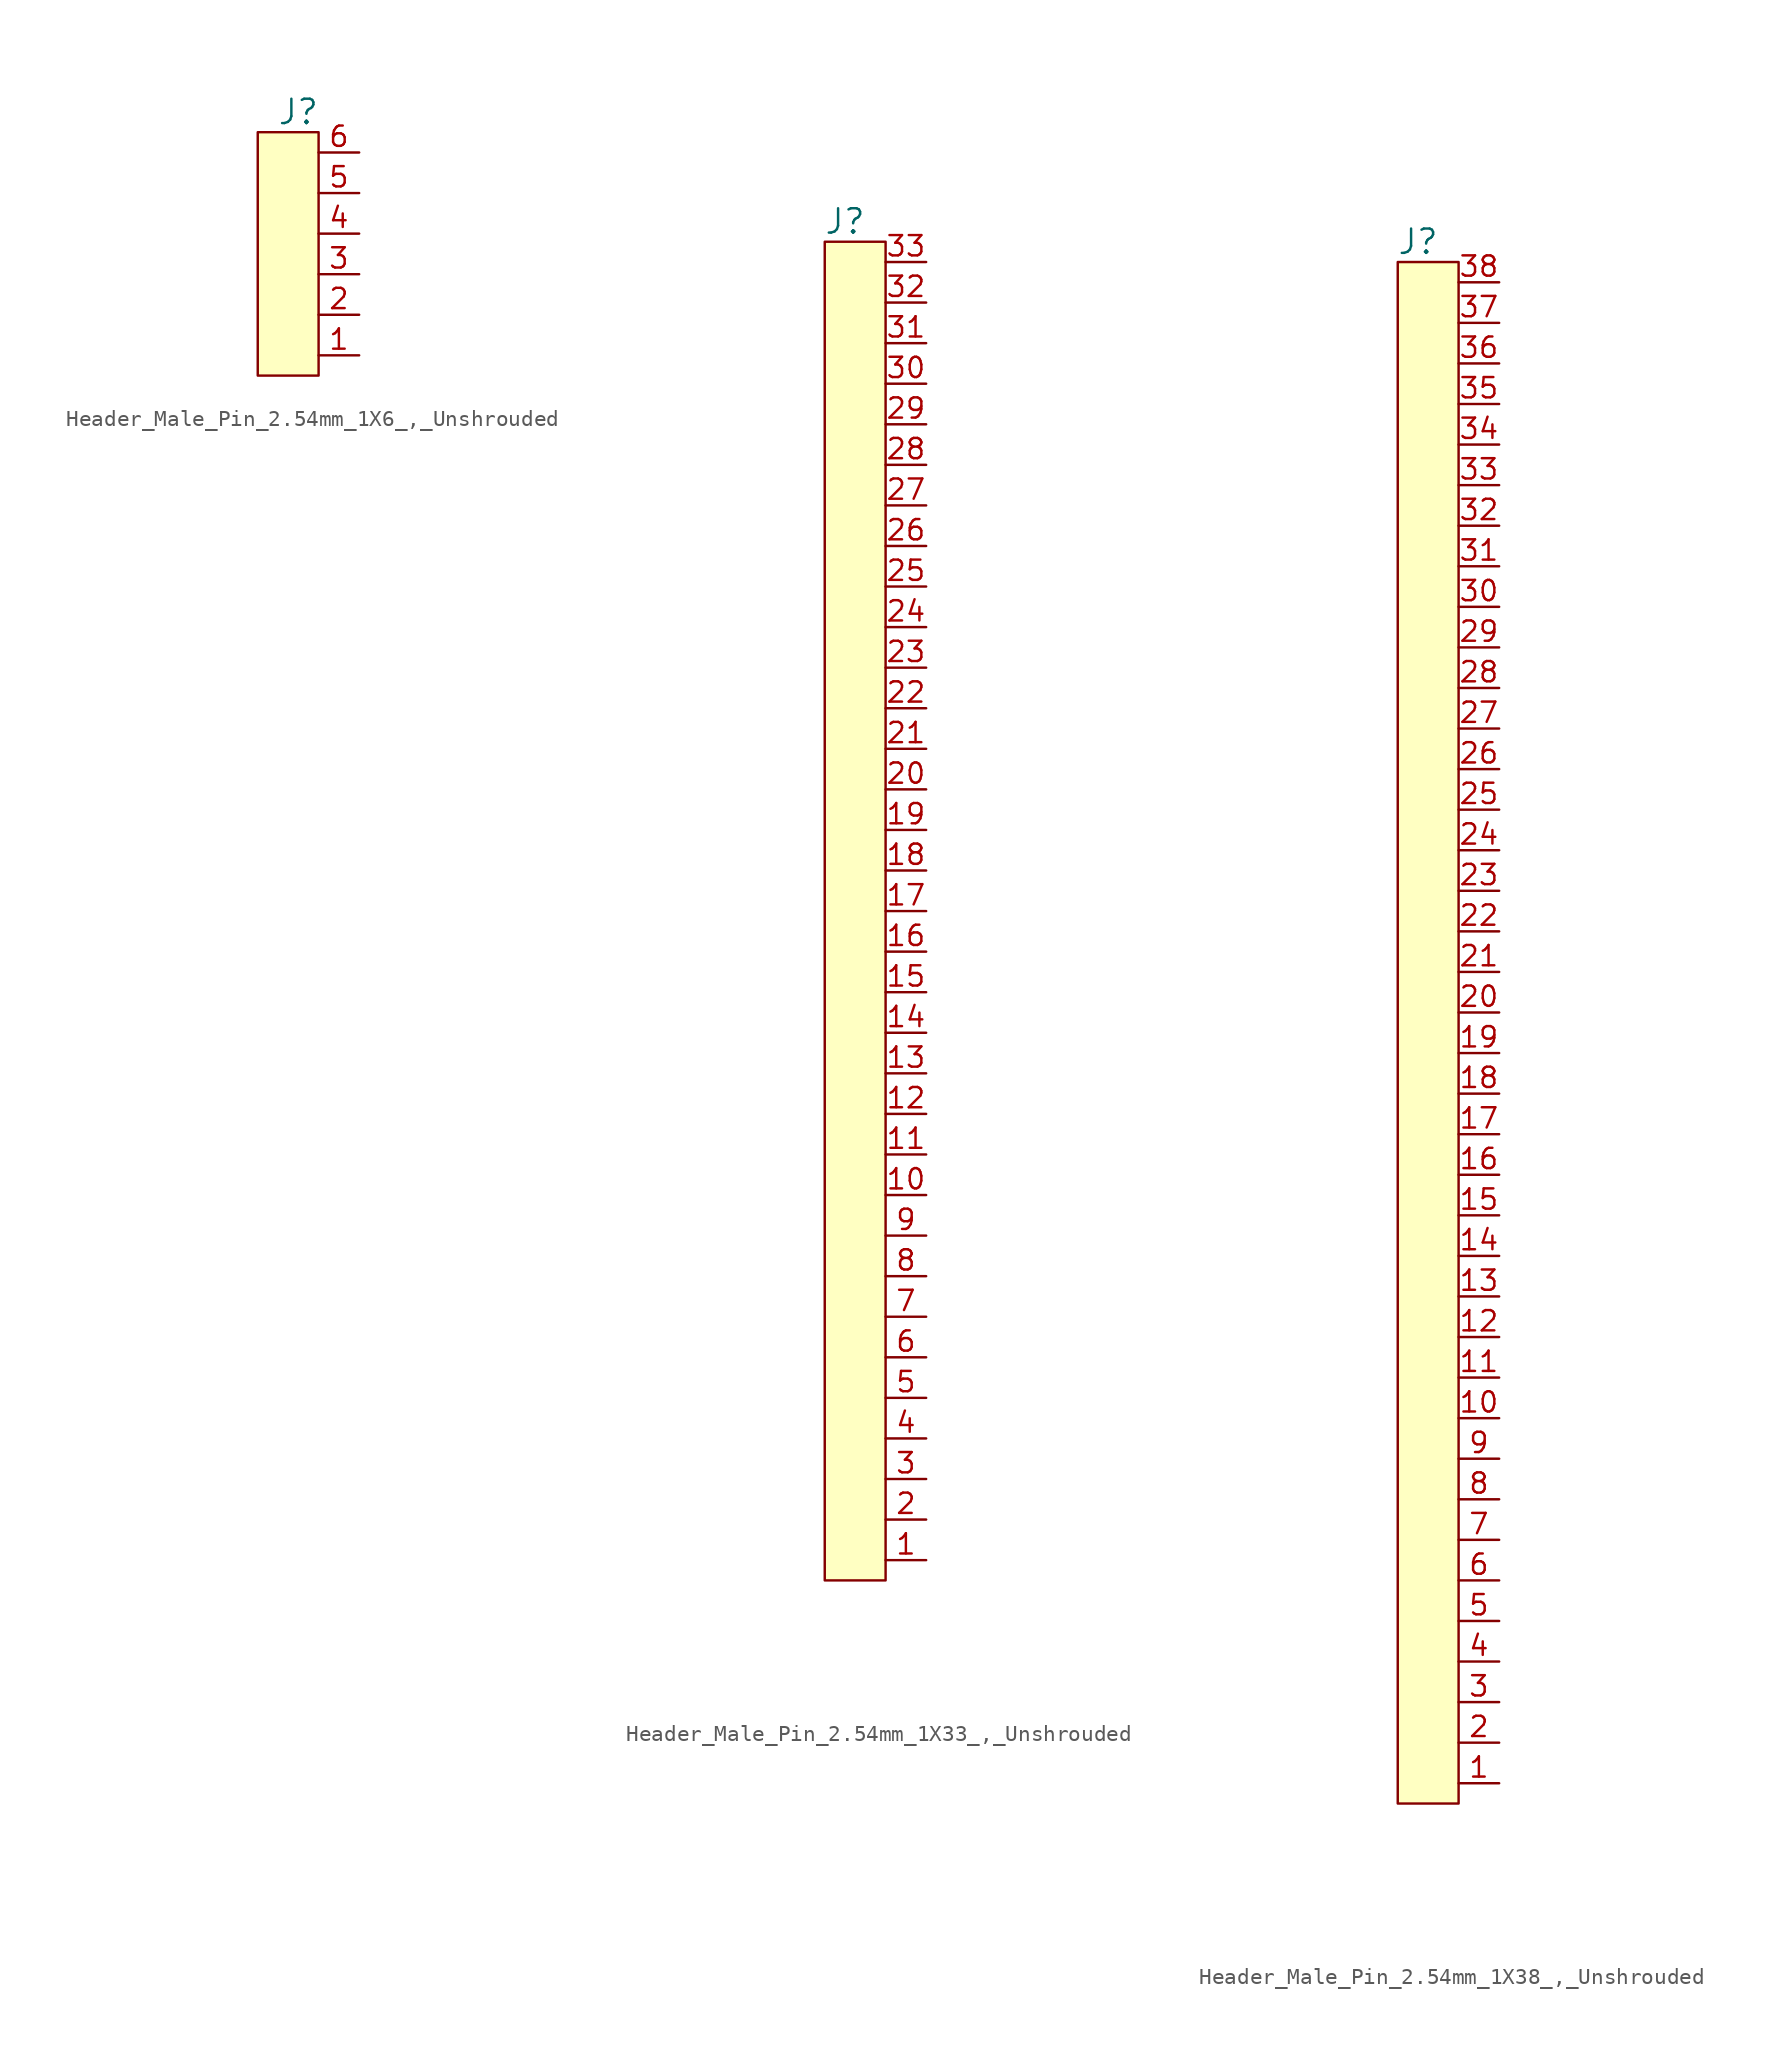
<source format=kicad_sym>
(kicad_symbol_lib
  (version 20241209)
  (generator "kicad_symbol_editor")
  (generator_version "9.0")
  (symbol "Header_Male_Pin_2.54mm_1X6_,_Unshrouded"
    (pin_names
      (offset 0)
      (hide yes))
    (property "Reference" "J"
      (at -1.27 15.24 0)
      (effects (font (size 1.524 1.524))))
    (symbol "Header_Male_Pin_2.54mm_1X6_,_Unshrouded_0_0"
      (rectangle (start -3.81 13.97) (end 0 -1.27) (stroke (width 0) (type default)) (fill (type background))))
    (symbol "Header_Male_Pin_2.54mm_1X6_,_Unshrouded_1_1"
      (pin passive line (at 2.54 12.7 180) (length 2.54) (name "~" (effects (font (size 1.27 1.27)))) (number "6" (effects (font (size 1.27 1.27)))))
      (pin passive line (at 2.54 10.16 180) (length 2.54) (name "~" (effects (font (size 1.27 1.27)))) (number "5" (effects (font (size 1.27 1.27)))))
      (pin passive line (at 2.54 7.62 180) (length 2.54) (name "~" (effects (font (size 1.27 1.27)))) (number "4" (effects (font (size 1.27 1.27)))))
      (pin passive line (at 2.54 5.08 180) (length 2.54) (name "~" (effects (font (size 1.27 1.27)))) (number "3" (effects (font (size 1.27 1.27)))))
      (pin passive line (at 2.54 2.54 180) (length 2.54) (name "~" (effects (font (size 1.27 1.27)))) (number "2" (effects (font (size 1.27 1.27)))))
      (pin passive line (at 2.54 0 180) (length 2.54) (name "~" (effects (font (size 1.016 1.016)))) (number "1" (effects (font (size 1.27 1.27)))))))
  (symbol "Header_Male_Pin_2.54mm_1X33_,_Unshrouded"
    (pin_names
      (offset 0)
      (hide yes))
    (property "Reference" "J"
      (at -2.54 83.82 0)
      (effects (font (size 1.524 1.524))))
    (symbol "Header_Male_Pin_2.54mm_1X33_,_Unshrouded_0_0"
      (rectangle (start -3.81 82.55) (end 0 -1.27) (stroke (width 0) (type default)) (fill (type background))))
    (symbol "Header_Male_Pin_2.54mm_1X33_,_Unshrouded_1_1"
      (pin passive line (at 2.54 81.28 180) (length 2.54) (name "~" (effects (font (size 1.27 1.27)))) (number "33" (effects (font (size 1.27 1.27)))))
      (pin passive line (at 2.54 78.74 180) (length 2.54) (name "~" (effects (font (size 1.27 1.27)))) (number "32" (effects (font (size 1.27 1.27)))))
      (pin passive line (at 2.54 76.2 180) (length 2.54) (name "~" (effects (font (size 1.27 1.27)))) (number "31" (effects (font (size 1.27 1.27)))))
      (pin passive line (at 2.54 73.66 180) (length 2.54) (name "~" (effects (font (size 1.27 1.27)))) (number "30" (effects (font (size 1.27 1.27)))))
      (pin passive line (at 2.54 71.12 180) (length 2.54) (name "~" (effects (font (size 1.27 1.27)))) (number "29" (effects (font (size 1.27 1.27)))))
      (pin passive line (at 2.54 68.58 180) (length 2.54) (name "~" (effects (font (size 1.27 1.27)))) (number "28" (effects (font (size 1.27 1.27)))))
      (pin passive line (at 2.54 66.04 180) (length 2.54) (name "~" (effects (font (size 1.27 1.27)))) (number "27" (effects (font (size 1.27 1.27)))))
      (pin passive line (at 2.54 63.5 180) (length 2.54) (name "~" (effects (font (size 1.27 1.27)))) (number "26" (effects (font (size 1.27 1.27)))))
      (pin passive line (at 2.54 60.96 180) (length 2.54) (name "~" (effects (font (size 1.27 1.27)))) (number "25" (effects (font (size 1.27 1.27)))))
      (pin passive line (at 2.54 58.42 180) (length 2.54) (name "~" (effects (font (size 1.27 1.27)))) (number "24" (effects (font (size 1.27 1.27)))))
      (pin passive line (at 2.54 55.88 180) (length 2.54) (name "~" (effects (font (size 1.27 1.27)))) (number "23" (effects (font (size 1.27 1.27)))))
      (pin passive line (at 2.54 53.34 180) (length 2.54) (name "~" (effects (font (size 1.27 1.27)))) (number "22" (effects (font (size 1.27 1.27)))))
      (pin passive line (at 2.54 50.8 180) (length 2.54) (name "~" (effects (font (size 1.27 1.27)))) (number "21" (effects (font (size 1.27 1.27)))))
      (pin passive line (at 2.54 48.26 180) (length 2.54) (name "~" (effects (font (size 1.27 1.27)))) (number "20" (effects (font (size 1.27 1.27)))))
      (pin passive line (at 2.54 45.72 180) (length 2.54) (name "~" (effects (font (size 1.27 1.27)))) (number "19" (effects (font (size 1.27 1.27)))))
      (pin passive line (at 2.54 43.18 180) (length 2.54) (name "~" (effects (font (size 1.27 1.27)))) (number "18" (effects (font (size 1.27 1.27)))))
      (pin passive line (at 2.54 40.64 180) (length 2.54) (name "~" (effects (font (size 1.27 1.27)))) (number "17" (effects (font (size 1.27 1.27)))))
      (pin passive line (at 2.54 38.1 180) (length 2.54) (name "~" (effects (font (size 1.27 1.27)))) (number "16" (effects (font (size 1.27 1.27)))))
      (pin passive line (at 2.54 35.56 180) (length 2.54) (name "~" (effects (font (size 1.27 1.27)))) (number "15" (effects (font (size 1.27 1.27)))))
      (pin passive line (at 2.54 33.02 180) (length 2.54) (name "~" (effects (font (size 1.27 1.27)))) (number "14" (effects (font (size 1.27 1.27)))))
      (pin passive line (at 2.54 30.48 180) (length 2.54) (name "~" (effects (font (size 1.27 1.27)))) (number "13" (effects (font (size 1.27 1.27)))))
      (pin passive line (at 2.54 27.94 180) (length 2.54) (name "~" (effects (font (size 1.27 1.27)))) (number "12" (effects (font (size 1.27 1.27)))))
      (pin passive line (at 2.54 25.4 180) (length 2.54) (name "~" (effects (font (size 1.27 1.27)))) (number "11" (effects (font (size 1.27 1.27)))))
      (pin passive line (at 2.54 22.86 180) (length 2.54) (name "~" (effects (font (size 1.27 1.27)))) (number "10" (effects (font (size 1.27 1.27)))))
      (pin passive line (at 2.54 20.32 180) (length 2.54) (name "~" (effects (font (size 1.27 1.27)))) (number "9" (effects (font (size 1.27 1.27)))))
      (pin passive line (at 2.54 17.78 180) (length 2.54) (name "~" (effects (font (size 1.27 1.27)))) (number "8" (effects (font (size 1.27 1.27)))))
      (pin passive line (at 2.54 15.24 180) (length 2.54) (name "~" (effects (font (size 1.27 1.27)))) (number "7" (effects (font (size 1.27 1.27)))))
      (pin passive line (at 2.54 12.7 180) (length 2.54) (name "~" (effects (font (size 1.27 1.27)))) (number "6" (effects (font (size 1.27 1.27)))))
      (pin passive line (at 2.54 10.16 180) (length 2.54) (name "~" (effects (font (size 1.27 1.27)))) (number "5" (effects (font (size 1.27 1.27)))))
      (pin passive line (at 2.54 7.62 180) (length 2.54) (name "~" (effects (font (size 1.27 1.27)))) (number "4" (effects (font (size 1.27 1.27)))))
      (pin passive line (at 2.54 5.08 180) (length 2.54) (name "~" (effects (font (size 1.27 1.27)))) (number "3" (effects (font (size 1.27 1.27)))))
      (pin passive line (at 2.54 2.54 180) (length 2.54) (name "~" (effects (font (size 1.27 1.27)))) (number "2" (effects (font (size 1.27 1.27)))))
      (pin passive line (at 2.54 0 180) (length 2.54) (name "~" (effects (font (size 1.016 1.016)))) (number "1" (effects (font (size 1.27 1.27)))))))
  (symbol "Header_Male_Pin_2.54mm_1X38_,_Unshrouded"
    (pin_names
      (offset 0)
      (hide yes))
    (property "Reference" "J"
      (at -2.54 96.52 0)
      (effects (font (size 1.524 1.524))))
    (symbol "Header_Male_Pin_2.54mm_1X38_,_Unshrouded_0_0"
      (rectangle (start -3.81 95.25) (end 0 -1.27) (stroke (width 0) (type default)) (fill (type background))))
    (symbol "Header_Male_Pin_2.54mm_1X38_,_Unshrouded_1_1"
      (pin passive line (at 2.54 93.98 180) (length 2.54) (name "~" (effects (font (size 1.27 1.27)))) (number "38" (effects (font (size 1.27 1.27)))))
      (pin passive line (at 2.54 91.44 180) (length 2.54) (name "~" (effects (font (size 1.27 1.27)))) (number "37" (effects (font (size 1.27 1.27)))))
      (pin passive line (at 2.54 88.9 180) (length 2.54) (name "~" (effects (font (size 1.27 1.27)))) (number "36" (effects (font (size 1.27 1.27)))))
      (pin passive line (at 2.54 86.36 180) (length 2.54) (name "~" (effects (font (size 1.27 1.27)))) (number "35" (effects (font (size 1.27 1.27)))))
      (pin passive line (at 2.54 83.82 180) (length 2.54) (name "~" (effects (font (size 1.27 1.27)))) (number "34" (effects (font (size 1.27 1.27)))))
      (pin passive line (at 2.54 81.28 180) (length 2.54) (name "~" (effects (font (size 1.27 1.27)))) (number "33" (effects (font (size 1.27 1.27)))))
      (pin passive line (at 2.54 78.74 180) (length 2.54) (name "~" (effects (font (size 1.27 1.27)))) (number "32" (effects (font (size 1.27 1.27)))))
      (pin passive line (at 2.54 76.2 180) (length 2.54) (name "~" (effects (font (size 1.27 1.27)))) (number "31" (effects (font (size 1.27 1.27)))))
      (pin passive line (at 2.54 73.66 180) (length 2.54) (name "~" (effects (font (size 1.27 1.27)))) (number "30" (effects (font (size 1.27 1.27)))))
      (pin passive line (at 2.54 71.12 180) (length 2.54) (name "~" (effects (font (size 1.27 1.27)))) (number "29" (effects (font (size 1.27 1.27)))))
      (pin passive line (at 2.54 68.58 180) (length 2.54) (name "~" (effects (font (size 1.27 1.27)))) (number "28" (effects (font (size 1.27 1.27)))))
      (pin passive line (at 2.54 66.04 180) (length 2.54) (name "~" (effects (font (size 1.27 1.27)))) (number "27" (effects (font (size 1.27 1.27)))))
      (pin passive line (at 2.54 63.5 180) (length 2.54) (name "~" (effects (font (size 1.27 1.27)))) (number "26" (effects (font (size 1.27 1.27)))))
      (pin passive line (at 2.54 60.96 180) (length 2.54) (name "~" (effects (font (size 1.27 1.27)))) (number "25" (effects (font (size 1.27 1.27)))))
      (pin passive line (at 2.54 58.42 180) (length 2.54) (name "~" (effects (font (size 1.27 1.27)))) (number "24" (effects (font (size 1.27 1.27)))))
      (pin passive line (at 2.54 55.88 180) (length 2.54) (name "~" (effects (font (size 1.27 1.27)))) (number "23" (effects (font (size 1.27 1.27)))))
      (pin passive line (at 2.54 53.34 180) (length 2.54) (name "~" (effects (font (size 1.27 1.27)))) (number "22" (effects (font (size 1.27 1.27)))))
      (pin passive line (at 2.54 50.8 180) (length 2.54) (name "~" (effects (font (size 1.27 1.27)))) (number "21" (effects (font (size 1.27 1.27)))))
      (pin passive line (at 2.54 48.26 180) (length 2.54) (name "~" (effects (font (size 1.27 1.27)))) (number "20" (effects (font (size 1.27 1.27)))))
      (pin passive line (at 2.54 45.72 180) (length 2.54) (name "~" (effects (font (size 1.27 1.27)))) (number "19" (effects (font (size 1.27 1.27)))))
      (pin passive line (at 2.54 43.18 180) (length 2.54) (name "~" (effects (font (size 1.27 1.27)))) (number "18" (effects (font (size 1.27 1.27)))))
      (pin passive line (at 2.54 40.64 180) (length 2.54) (name "~" (effects (font (size 1.27 1.27)))) (number "17" (effects (font (size 1.27 1.27)))))
      (pin passive line (at 2.54 38.1 180) (length 2.54) (name "~" (effects (font (size 1.27 1.27)))) (number "16" (effects (font (size 1.27 1.27)))))
      (pin passive line (at 2.54 35.56 180) (length 2.54) (name "~" (effects (font (size 1.27 1.27)))) (number "15" (effects (font (size 1.27 1.27)))))
      (pin passive line (at 2.54 33.02 180) (length 2.54) (name "~" (effects (font (size 1.27 1.27)))) (number "14" (effects (font (size 1.27 1.27)))))
      (pin passive line (at 2.54 30.48 180) (length 2.54) (name "~" (effects (font (size 1.27 1.27)))) (number "13" (effects (font (size 1.27 1.27)))))
      (pin passive line (at 2.54 27.94 180) (length 2.54) (name "~" (effects (font (size 1.27 1.27)))) (number "12" (effects (font (size 1.27 1.27)))))
      (pin passive line (at 2.54 25.4 180) (length 2.54) (name "~" (effects (font (size 1.27 1.27)))) (number "11" (effects (font (size 1.27 1.27)))))
      (pin passive line (at 2.54 22.86 180) (length 2.54) (name "~" (effects (font (size 1.27 1.27)))) (number "10" (effects (font (size 1.27 1.27)))))
      (pin passive line (at 2.54 20.32 180) (length 2.54) (name "~" (effects (font (size 1.27 1.27)))) (number "9" (effects (font (size 1.27 1.27)))))
      (pin passive line (at 2.54 17.78 180) (length 2.54) (name "~" (effects (font (size 1.27 1.27)))) (number "8" (effects (font (size 1.27 1.27)))))
      (pin passive line (at 2.54 15.24 180) (length 2.54) (name "~" (effects (font (size 1.27 1.27)))) (number "7" (effects (font (size 1.27 1.27)))))
      (pin passive line (at 2.54 12.7 180) (length 2.54) (name "~" (effects (font (size 1.27 1.27)))) (number "6" (effects (font (size 1.27 1.27)))))
      (pin passive line (at 2.54 10.16 180) (length 2.54) (name "~" (effects (font (size 1.27 1.27)))) (number "5" (effects (font (size 1.27 1.27)))))
      (pin passive line (at 2.54 7.62 180) (length 2.54) (name "~" (effects (font (size 1.27 1.27)))) (number "4" (effects (font (size 1.27 1.27)))))
      (pin passive line (at 2.54 5.08 180) (length 2.54) (name "~" (effects (font (size 1.27 1.27)))) (number "3" (effects (font (size 1.27 1.27)))))
      (pin passive line (at 2.54 2.54 180) (length 2.54) (name "~" (effects (font (size 1.27 1.27)))) (number "2" (effects (font (size 1.27 1.27)))))
      (pin passive line (at 2.54 0 180) (length 2.54) (name "~" (effects (font (size 1.016 1.016)))) (number "1" (effects (font (size 1.27 1.27))))))))
</source>
